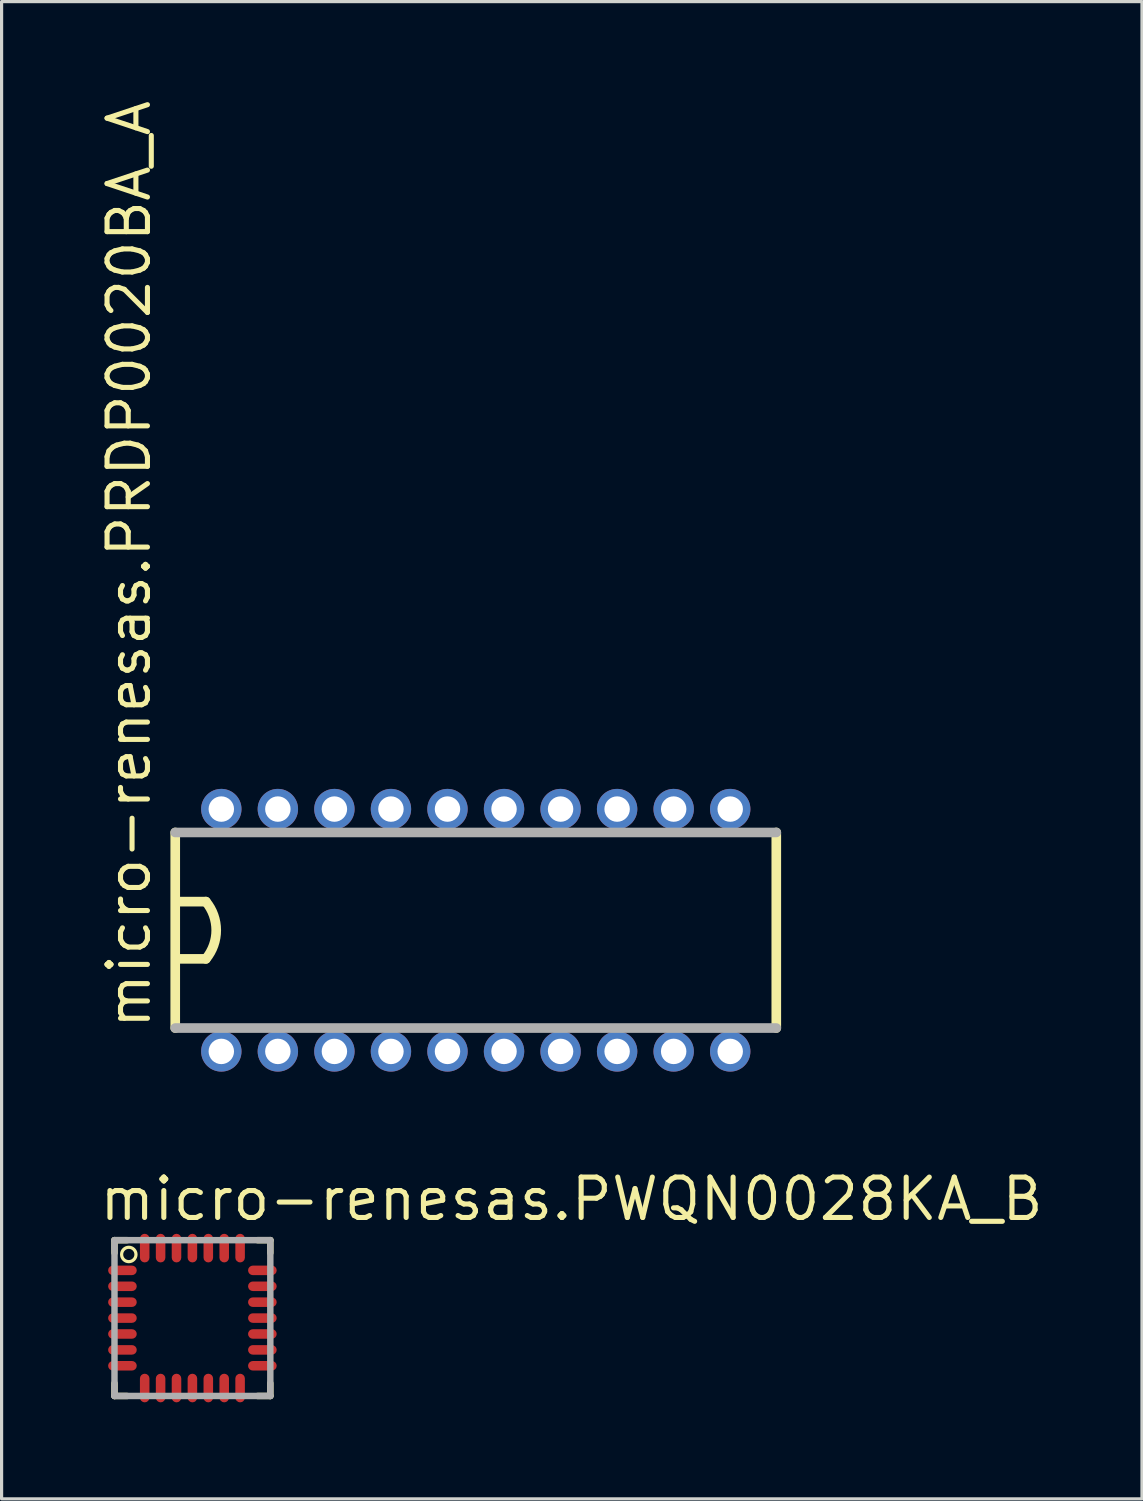
<source format=kicad_pcb>
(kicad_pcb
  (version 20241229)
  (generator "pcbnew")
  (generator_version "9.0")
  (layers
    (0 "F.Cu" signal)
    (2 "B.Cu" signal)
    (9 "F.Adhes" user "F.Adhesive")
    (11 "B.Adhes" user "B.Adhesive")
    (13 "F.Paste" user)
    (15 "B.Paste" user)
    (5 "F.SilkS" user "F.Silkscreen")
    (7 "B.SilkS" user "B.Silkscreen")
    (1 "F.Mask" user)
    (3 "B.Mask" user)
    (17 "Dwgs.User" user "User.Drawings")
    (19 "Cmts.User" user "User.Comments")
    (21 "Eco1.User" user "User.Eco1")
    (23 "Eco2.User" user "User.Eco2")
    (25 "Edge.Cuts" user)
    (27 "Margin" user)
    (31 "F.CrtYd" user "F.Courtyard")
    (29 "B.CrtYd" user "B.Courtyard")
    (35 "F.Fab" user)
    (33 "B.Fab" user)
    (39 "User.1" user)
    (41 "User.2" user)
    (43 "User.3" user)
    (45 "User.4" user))
  (footprint "micro-renesas.PWQN0028KA_B"
    (layer "F.Cu")
    (at 3 38.396)
    (property "Reference" "micro-renesas.PWQN0028KA_B" (at -3 -3 0) (layer "F.SilkS") (effects (font (size 1.27 1.27) (thickness 0.16)) (justify left bottom)))
    (attr smd)
    (fp_line (start -2.525 -1.5) (end -1.875 -1.5) (stroke (width 0.32) (type default)) (layer "F.Mask"))
    (fp_line (start -2.525 -1) (end -1.875 -1) (stroke (width 0.32) (type default)) (layer "F.Mask"))
    (fp_line (start -2.525 -0.5) (end -1.875 -0.5) (stroke (width 0.32) (type default)) (layer "F.Mask"))
    (fp_line (start -2.525 0) (end -1.875 0) (stroke (width 0.32) (type default)) (layer "F.Mask"))
    (fp_line (start -2.525 0.5) (end -1.875 0.5) (stroke (width 0.32) (type default)) (layer "F.Mask"))
    (fp_line (start -2.525 1) (end -1.875 1) (stroke (width 0.32) (type default)) (layer "F.Mask"))
    (fp_line (start -2.525 1.5) (end -1.875 1.5) (stroke (width 0.32) (type default)) (layer "F.Mask"))
    (fp_line (start -1.5 -2.525) (end -1.5 -1.875) (stroke (width 0.32) (type default)) (layer "F.Mask"))
    (fp_line (start -1.5 2.525) (end -1.5 1.875) (stroke (width 0.32) (type default)) (layer "F.Mask"))
    (fp_line (start -1 -2.525) (end -1 -1.875) (stroke (width 0.32) (type default)) (layer "F.Mask"))
    (fp_line (start -1 2.525) (end -1 1.875) (stroke (width 0.32) (type default)) (layer "F.Mask"))
    (fp_line (start -0.5 -2.525) (end -0.5 -1.875) (stroke (width 0.32) (type default)) (layer "F.Mask"))
    (fp_line (start -0.5 2.525) (end -0.5 1.875) (stroke (width 0.32) (type default)) (layer "F.Mask"))
    (fp_line (start 0 -2.525) (end 0 -1.875) (stroke (width 0.32) (type default)) (layer "F.Mask"))
    (fp_line (start 0 2.525) (end 0 1.875) (stroke (width 0.32) (type default)) (layer "F.Mask"))
    (fp_line (start 0.5 -2.525) (end 0.5 -1.875) (stroke (width 0.32) (type default)) (layer "F.Mask"))
    (fp_line (start 0.5 2.525) (end 0.5 1.875) (stroke (width 0.32) (type default)) (layer "F.Mask"))
    (fp_line (start 1 -2.525) (end 1 -1.875) (stroke (width 0.32) (type default)) (layer "F.Mask"))
    (fp_line (start 1 2.525) (end 1 1.875) (stroke (width 0.32) (type default)) (layer "F.Mask"))
    (fp_line (start 1.5 -2.525) (end 1.5 -1.875) (stroke (width 0.32) (type default)) (layer "F.Mask"))
    (fp_line (start 1.5 2.525) (end 1.5 1.875) (stroke (width 0.32) (type default)) (layer "F.Mask"))
    (fp_line (start 2.525 -1.5) (end 1.875 -1.5) (stroke (width 0.32) (type default)) (layer "F.Mask"))
    (fp_line (start 2.525 -1) (end 1.875 -1) (stroke (width 0.32) (type default)) (layer "F.Mask"))
    (fp_line (start 2.525 -0.5) (end 1.875 -0.5) (stroke (width 0.32) (type default)) (layer "F.Mask"))
    (fp_line (start 2.525 0) (end 1.875 0) (stroke (width 0.32) (type default)) (layer "F.Mask"))
    (fp_line (start 2.525 0.5) (end 1.875 0.5) (stroke (width 0.32) (type default)) (layer "F.Mask"))
    (fp_line (start 2.525 1) (end 1.875 1) (stroke (width 0.32) (type default)) (layer "F.Mask"))
    (fp_line (start 2.525 1.5) (end 1.875 1.5) (stroke (width 0.32) (type default)) (layer "F.Mask"))
    (fp_line (start -2.45 -2.45) (end -2.05 -2.45) (stroke (width 0.203) (type default)) (layer "F.SilkS"))
    (fp_line (start -2.45 -2.05) (end -2.45 -2.45) (stroke (width 0.203) (type default)) (layer "F.SilkS"))
    (fp_line (start -2.45 2.45) (end -2.45 2.05) (stroke (width 0.203) (type default)) (layer "F.SilkS"))
    (fp_line (start -2.05 2.45) (end -2.45 2.45) (stroke (width 0.203) (type default)) (layer "F.SilkS"))
    (fp_line (start 2.05 -2.45) (end 2.45 -2.45) (stroke (width 0.203) (type default)) (layer "F.SilkS"))
    (fp_line (start 2.45 -2.45) (end 2.45 -2.05) (stroke (width 0.203) (type default)) (layer "F.SilkS"))
    (fp_line (start 2.45 2.05) (end 2.45 2.45) (stroke (width 0.203) (type default)) (layer "F.SilkS"))
    (fp_line (start 2.45 2.45) (end 2.05 2.45) (stroke (width 0.203) (type default)) (layer "F.SilkS"))
    (fp_circle (center -2 -2) (end -1.774 -2) (stroke (width 0.1) (type default)) (fill no) (layer "F.SilkS"))
    (fp_line (start -1.9 -1.5) (end -2.5 -1.5) (stroke (width 0.25) (type default)) (layer "F.Paste"))
    (fp_line (start -1.9 -1) (end -2.5 -1) (stroke (width 0.25) (type default)) (layer "F.Paste"))
    (fp_line (start -1.9 -0.5) (end -2.5 -0.5) (stroke (width 0.25) (type default)) (layer "F.Paste"))
    (fp_line (start -1.9 0) (end -2.5 0) (stroke (width 0.25) (type default)) (layer "F.Paste"))
    (fp_line (start -1.9 0.5) (end -2.5 0.5) (stroke (width 0.25) (type default)) (layer "F.Paste"))
    (fp_line (start -1.9 1) (end -2.5 1) (stroke (width 0.25) (type default)) (layer "F.Paste"))
    (fp_line (start -1.9 1.5) (end -2.5 1.5) (stroke (width 0.25) (type default)) (layer "F.Paste"))
    (fp_line (start -1.5 -1.9) (end -1.5 -2.5) (stroke (width 0.25) (type default)) (layer "F.Paste"))
    (fp_line (start -1.5 1.9) (end -1.5 2.5) (stroke (width 0.25) (type default)) (layer "F.Paste"))
    (fp_line (start -1 -1.9) (end -1 -2.5) (stroke (width 0.25) (type default)) (layer "F.Paste"))
    (fp_line (start -1 1.9) (end -1 2.5) (stroke (width 0.25) (type default)) (layer "F.Paste"))
    (fp_line (start -0.5 -1.9) (end -0.5 -2.5) (stroke (width 0.25) (type default)) (layer "F.Paste"))
    (fp_line (start -0.5 1.9) (end -0.5 2.5) (stroke (width 0.25) (type default)) (layer "F.Paste"))
    (fp_line (start 0 -1.9) (end 0 -2.5) (stroke (width 0.25) (type default)) (layer "F.Paste"))
    (fp_line (start 0 1.9) (end 0 2.5) (stroke (width 0.25) (type default)) (layer "F.Paste"))
    (fp_line (start 0.5 -1.9) (end 0.5 -2.5) (stroke (width 0.25) (type default)) (layer "F.Paste"))
    (fp_line (start 0.5 1.9) (end 0.5 2.5) (stroke (width 0.25) (type default)) (layer "F.Paste"))
    (fp_line (start 1 -1.9) (end 1 -2.5) (stroke (width 0.25) (type default)) (layer "F.Paste"))
    (fp_line (start 1 1.9) (end 1 2.5) (stroke (width 0.25) (type default)) (layer "F.Paste"))
    (fp_line (start 1.5 -1.9) (end 1.5 -2.5) (stroke (width 0.25) (type default)) (layer "F.Paste"))
    (fp_line (start 1.5 1.9) (end 1.5 2.5) (stroke (width 0.25) (type default)) (layer "F.Paste"))
    (fp_line (start 1.9 -1.5) (end 2.5 -1.5) (stroke (width 0.25) (type default)) (layer "F.Paste"))
    (fp_line (start 1.9 -1) (end 2.5 -1) (stroke (width 0.25) (type default)) (layer "F.Paste"))
    (fp_line (start 1.9 -0.5) (end 2.5 -0.5) (stroke (width 0.25) (type default)) (layer "F.Paste"))
    (fp_line (start 1.9 0) (end 2.5 0) (stroke (width 0.25) (type default)) (layer "F.Paste"))
    (fp_line (start 1.9 0.5) (end 2.5 0.5) (stroke (width 0.25) (type default)) (layer "F.Paste"))
    (fp_line (start 1.9 1) (end 2.5 1) (stroke (width 0.25) (type default)) (layer "F.Paste"))
    (fp_line (start 1.9 1.5) (end 2.5 1.5) (stroke (width 0.25) (type default)) (layer "F.Paste"))
    (fp_line (start -2.45 -2.45) (end 2.45 -2.45) (stroke (width 0.203) (type default)) (layer "F.Fab"))
    (fp_line (start -2.45 2.45) (end -2.45 -2.45) (stroke (width 0.203) (type default)) (layer "F.Fab"))
    (fp_line (start 2.45 -2.45) (end 2.45 2.45) (stroke (width 0.203) (type default)) (layer "F.Fab"))
    (fp_line (start 2.45 2.45) (end -2.45 2.45) (stroke (width 0.203) (type default)) (layer "F.Fab"))
    (pad "1" smd roundrect (at -2.2 -1.5) (size 0.9 0.3) (layers "F.Cu" "F.Mask" "F.Paste") (roundrect_rratio 0.5))
    (pad "2" smd roundrect (at -2.2 -1) (size 0.9 0.3) (layers "F.Cu" "F.Mask" "F.Paste") (roundrect_rratio 0.5))
    (pad "3" smd roundrect (at -2.2 -0.5) (size 0.9 0.3) (layers "F.Cu" "F.Mask" "F.Paste") (roundrect_rratio 0.5))
    (pad "4" smd roundrect (at -2.2 0) (size 0.9 0.3) (layers "F.Cu" "F.Mask" "F.Paste") (roundrect_rratio 0.5))
    (pad "5" smd roundrect (at -2.2 0.5) (size 0.9 0.3) (layers "F.Cu" "F.Mask" "F.Paste") (roundrect_rratio 0.5))
    (pad "6" smd roundrect (at -2.2 1) (size 0.9 0.3) (layers "F.Cu" "F.Mask" "F.Paste") (roundrect_rratio 0.5))
    (pad "7" smd roundrect (at -2.2 1.5) (size 0.9 0.3) (layers "F.Cu" "F.Mask" "F.Paste") (roundrect_rratio 0.5))
    (pad "8" smd roundrect (at -1.5 2.2 90) (size 0.9 0.3) (layers "F.Cu" "F.Mask" "F.Paste") (roundrect_rratio 0.5))
    (pad "9" smd roundrect (at -1 2.2 90) (size 0.9 0.3) (layers "F.Cu" "F.Mask" "F.Paste") (roundrect_rratio 0.5))
    (pad "10" smd roundrect (at -0.5 2.2 90) (size 0.9 0.3) (layers "F.Cu" "F.Mask" "F.Paste") (roundrect_rratio 0.5))
    (pad "11" smd roundrect (at 0 2.2 90) (size 0.9 0.3) (layers "F.Cu" "F.Mask" "F.Paste") (roundrect_rratio 0.5))
    (pad "12" smd roundrect (at 0.5 2.2 90) (size 0.9 0.3) (layers "F.Cu" "F.Mask" "F.Paste") (roundrect_rratio 0.5))
    (pad "13" smd roundrect (at 1 2.2 90) (size 0.9 0.3) (layers "F.Cu" "F.Mask" "F.Paste") (roundrect_rratio 0.5))
    (pad "14" smd roundrect (at 1.5 2.2 90) (size 0.9 0.3) (layers "F.Cu" "F.Mask" "F.Paste") (roundrect_rratio 0.5))
    (pad "15" smd roundrect (at 2.2 1.5 180) (size 0.9 0.3) (layers "F.Cu" "F.Mask" "F.Paste") (roundrect_rratio 0.5))
    (pad "16" smd roundrect (at 2.2 1 180) (size 0.9 0.3) (layers "F.Cu" "F.Mask" "F.Paste") (roundrect_rratio 0.5))
    (pad "17" smd roundrect (at 2.2 0.5 180) (size 0.9 0.3) (layers "F.Cu" "F.Mask" "F.Paste") (roundrect_rratio 0.5))
    (pad "18" smd roundrect (at 2.2 0 180) (size 0.9 0.3) (layers "F.Cu" "F.Mask" "F.Paste") (roundrect_rratio 0.5))
    (pad "19" smd roundrect (at 2.2 -0.5 180) (size 0.9 0.3) (layers "F.Cu" "F.Mask" "F.Paste") (roundrect_rratio 0.5))
    (pad "20" smd roundrect (at 2.2 -1 180) (size 0.9 0.3) (layers "F.Cu" "F.Mask" "F.Paste") (roundrect_rratio 0.5))
    (pad "21" smd roundrect (at 2.2 -1.5 180) (size 0.9 0.3) (layers "F.Cu" "F.Mask" "F.Paste") (roundrect_rratio 0.5))
    (pad "22" smd roundrect (at 1.5 -2.2 270) (size 0.9 0.3) (layers "F.Cu" "F.Mask" "F.Paste") (roundrect_rratio 0.5))
    (pad "23" smd roundrect (at 1 -2.2 270) (size 0.9 0.3) (layers "F.Cu" "F.Mask" "F.Paste") (roundrect_rratio 0.5))
    (pad "24" smd roundrect (at 0.5 -2.2 270) (size 0.9 0.3) (layers "F.Cu" "F.Mask" "F.Paste") (roundrect_rratio 0.5))
    (pad "25" smd roundrect (at 0 -2.2 270) (size 0.9 0.3) (layers "F.Cu" "F.Mask" "F.Paste") (roundrect_rratio 0.5))
    (pad "26" smd roundrect (at -0.5 -2.2 270) (size 0.9 0.3) (layers "F.Cu" "F.Mask" "F.Paste") (roundrect_rratio 0.5))
    (pad "27" smd roundrect (at -1 -2.2 270) (size 0.9 0.3) (layers "F.Cu" "F.Mask" "F.Paste") (roundrect_rratio 0.5))
    (pad "28" smd roundrect (at -1.5 -2.2 270) (size 0.9 0.3) (layers "F.Cu" "F.Mask" "F.Paste") (roundrect_rratio 0.5)))
  (footprint "micro-renesas.PRDP0020BA_A"
    (layer "F.Cu")
    (at 11.91 26.201)
    (property "Reference" "micro-renesas.PRDP0020BA_A" (at -10.16 3.175 90) (layer "F.SilkS") (effects (font (size 1.27 1.27) (thickness 0.16)) (justify left bottom)))
    (attr through_hole)
    (fp_line (start -9.45 3.075) (end -9.45 -3.075) (stroke (width 0.303) (type default)) (layer "F.SilkS"))
    (fp_line (start -8.486 -0.9) (end -9.425 -0.9) (stroke (width 0.303) (type default)) (layer "F.SilkS"))
    (fp_line (start -8.486 0.9) (end -9.425 0.9) (stroke (width 0.303) (type default)) (layer "F.SilkS"))
    (fp_line (start 9.45 -3.075) (end 9.45 3.075) (stroke (width 0.303) (type default)) (layer "F.SilkS"))
    (fp_arc (start -8.486 -0.9) (mid -8.161011 0) (end -8.486 0.9) (stroke (width 0.3032) (type default)) (layer "F.SilkS"))
    (fp_line (start -9.45 -3.075) (end 9.45 -3.075) (stroke (width 0.303) (type default)) (layer "F.Fab"))
    (fp_line (start 9.45 3.075) (end -9.45 3.075) (stroke (width 0.303) (type default)) (layer "F.Fab"))
    (pad "1" thru_hole circle (at -8.001 3.81) (size 1.27 1.27) (drill 0.8) (layers "*.Cu" "*.Mask"))
    (pad "2" thru_hole circle (at -6.223 3.81) (size 1.27 1.27) (drill 0.8) (layers "*.Cu" "*.Mask"))
    (pad "3" thru_hole circle (at -4.445 3.81) (size 1.27 1.27) (drill 0.8) (layers "*.Cu" "*.Mask"))
    (pad "4" thru_hole circle (at -2.667 3.81) (size 1.27 1.27) (drill 0.8) (layers "*.Cu" "*.Mask"))
    (pad "5" thru_hole circle (at -0.889 3.81) (size 1.27 1.27) (drill 0.8) (layers "*.Cu" "*.Mask"))
    (pad "6" thru_hole circle (at 0.889 3.81) (size 1.27 1.27) (drill 0.8) (layers "*.Cu" "*.Mask"))
    (pad "7" thru_hole circle (at 2.667 3.81) (size 1.27 1.27) (drill 0.8) (layers "*.Cu" "*.Mask"))
    (pad "8" thru_hole circle (at 4.445 3.81) (size 1.27 1.27) (drill 0.8) (layers "*.Cu" "*.Mask"))
    (pad "9" thru_hole circle (at 6.223 3.81) (size 1.27 1.27) (drill 0.8) (layers "*.Cu" "*.Mask"))
    (pad "10" thru_hole circle (at 8.001 3.81) (size 1.27 1.27) (drill 0.8) (layers "*.Cu" "*.Mask"))
    (pad "11" thru_hole circle (at 8.001 -3.81 180) (size 1.27 1.27) (drill 0.8) (layers "*.Cu" "*.Mask"))
    (pad "12" thru_hole circle (at 6.223 -3.81 180) (size 1.27 1.27) (drill 0.8) (layers "*.Cu" "*.Mask"))
    (pad "13" thru_hole circle (at 4.445 -3.81 180) (size 1.27 1.27) (drill 0.8) (layers "*.Cu" "*.Mask"))
    (pad "14" thru_hole circle (at 2.667 -3.81 180) (size 1.27 1.27) (drill 0.8) (layers "*.Cu" "*.Mask"))
    (pad "15" thru_hole circle (at 0.889 -3.81 180) (size 1.27 1.27) (drill 0.8) (layers "*.Cu" "*.Mask"))
    (pad "16" thru_hole circle (at -0.889 -3.81 180) (size 1.27 1.27) (drill 0.8) (layers "*.Cu" "*.Mask"))
    (pad "17" thru_hole circle (at -2.667 -3.81 180) (size 1.27 1.27) (drill 0.8) (layers "*.Cu" "*.Mask"))
    (pad "18" thru_hole circle (at -4.445 -3.81 180) (size 1.27 1.27) (drill 0.8) (layers "*.Cu" "*.Mask"))
    (pad "19" thru_hole circle (at -6.223 -3.81 180) (size 1.27 1.27) (drill 0.8) (layers "*.Cu" "*.Mask"))
    (pad "20" thru_hole circle (at -8.001 -3.81 180) (size 1.27 1.27) (drill 0.8) (layers "*.Cu" "*.Mask")))
  (gr_rect
    (start -3 -3)
    (end 32.859 44.081)
    (stroke (width 0.1) (type default))
    (fill no)
    (layer "Edge.Cuts")))
</source>
